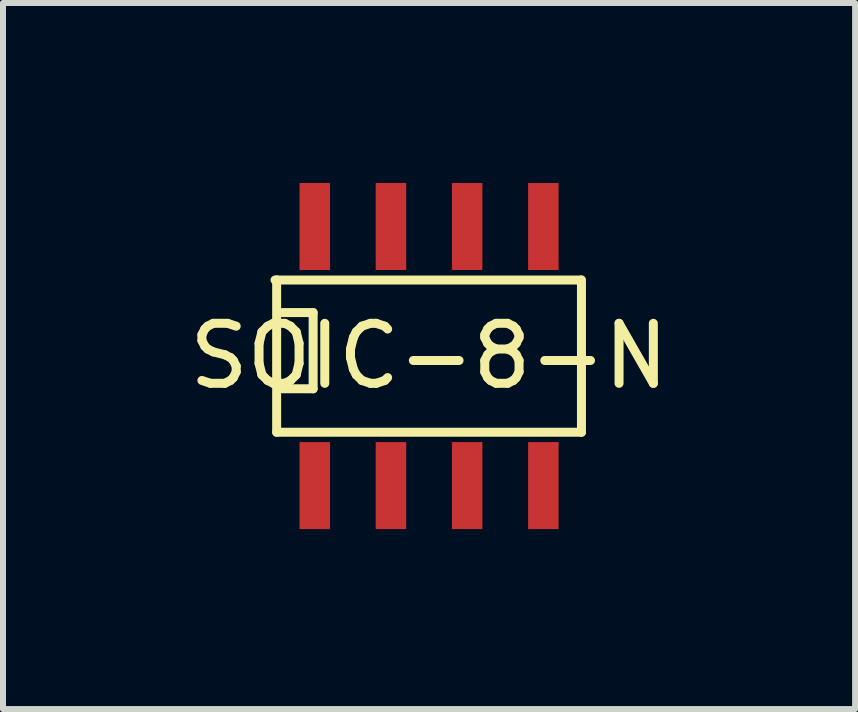
<source format=kicad_pcb>
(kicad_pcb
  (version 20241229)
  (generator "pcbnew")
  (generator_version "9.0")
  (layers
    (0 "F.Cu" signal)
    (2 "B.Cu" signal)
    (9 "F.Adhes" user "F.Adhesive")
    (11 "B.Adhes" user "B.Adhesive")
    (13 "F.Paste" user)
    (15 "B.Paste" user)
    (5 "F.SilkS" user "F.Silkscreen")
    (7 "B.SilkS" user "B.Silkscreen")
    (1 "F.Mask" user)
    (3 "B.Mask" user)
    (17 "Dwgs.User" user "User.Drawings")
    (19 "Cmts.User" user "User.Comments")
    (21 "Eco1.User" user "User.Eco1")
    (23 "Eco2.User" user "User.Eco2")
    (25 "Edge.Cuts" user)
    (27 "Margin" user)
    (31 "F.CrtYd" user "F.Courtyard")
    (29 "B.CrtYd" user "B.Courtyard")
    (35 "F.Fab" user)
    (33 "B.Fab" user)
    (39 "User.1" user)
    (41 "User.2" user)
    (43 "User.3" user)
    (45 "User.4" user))
  (footprint "SOIC-8-N"
    (layer "F.Cu")
    (at 4.101 1.868)
    (property "Reference" "SOIC-8-N" (at 0 1.016 0) (layer "F.SilkS") (effects (font (size 1 1) (thickness 0.15))))
    (attr smd)
    (fp_line (start -2.567 -0.251) (end 2.513 -0.251) (stroke (width 0.15) (type solid)) (layer "F.SilkS"))
    (fp_line (start -2.54 -0.254) (end -2.54 2.286) (stroke (width 0.15) (type solid)) (layer "F.SilkS"))
    (fp_line (start -2.44 0.292) (end -1.932 0.292) (stroke (width 0.15) (type solid)) (layer "F.SilkS"))
    (fp_line (start -1.932 0.292) (end -1.932 1.562) (stroke (width 0.15) (type solid)) (layer "F.SilkS"))
    (fp_line (start -1.932 1.562) (end -2.44 1.562) (stroke (width 0.15) (type solid)) (layer "F.SilkS"))
    (fp_line (start 2.54 -0.254) (end 2.54 2.286) (stroke (width 0.15) (type solid)) (layer "F.SilkS"))
    (fp_line (start 2.54 2.286) (end -2.54 2.286) (stroke (width 0.15) (type solid)) (layer "F.SilkS"))
    (pad "1" smd rect (at -1.905 3.175) (size 0.508 1.45) (layers "F.Cu" "F.Mask" "F.Paste"))
    (pad "2" smd rect (at -0.635 3.175) (size 0.508 1.45) (layers "F.Cu" "F.Mask" "F.Paste"))
    (pad "3" smd rect (at 0.635 3.175) (size 0.508 1.45) (layers "F.Cu" "F.Mask" "F.Paste"))
    (pad "4" smd rect (at 1.905 3.175) (size 0.508 1.45) (layers "F.Cu" "F.Mask" "F.Paste"))
    (pad "5" smd rect (at 1.905 -1.143) (size 0.508 1.45) (layers "F.Cu" "F.Mask" "F.Paste"))
    (pad "6" smd rect (at 0.635 -1.143) (size 0.508 1.45) (layers "F.Cu" "F.Mask" "F.Paste"))
    (pad "7" smd rect (at -0.635 -1.143) (size 0.508 1.45) (layers "F.Cu" "F.Mask" "F.Paste"))
    (pad "8" smd rect (at -1.905 -1.143) (size 0.508 1.45) (layers "F.Cu" "F.Mask" "F.Paste")))
  (gr_rect
    (start -3 -3)
    (end 11.202 8.768)
    (stroke (width 0.1) (type default))
    (fill no)
    (layer "Edge.Cuts")))
</source>
